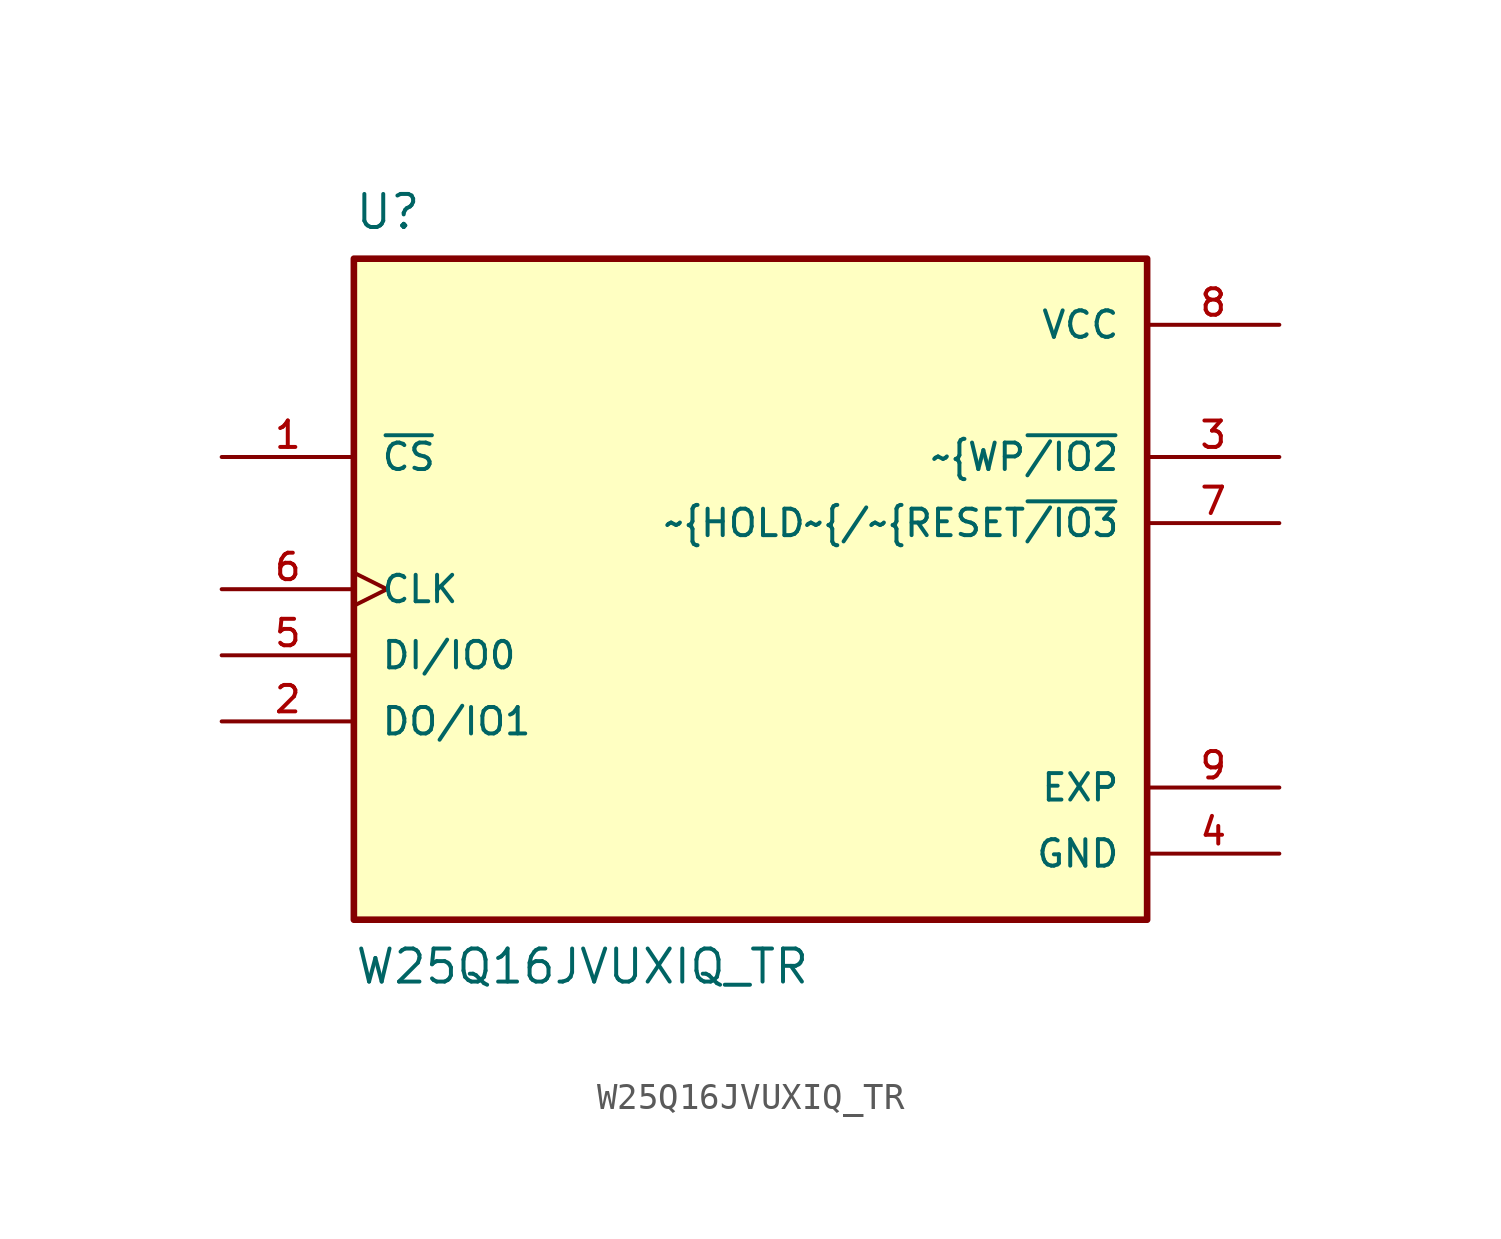
<source format=kicad_sym>
(kicad_symbol_lib
  (version 20211014)
  (generator kicad_symbol_editor)
  (symbol "W25Q16JVUXIQ_TR"
    (pin_names
      (offset 1.016))
    (property "Reference" "U"
      (at -15.24 15.24 0)
      (effects (font (size 1.27 1.27)) (justify top left)))
    (property "Value" "W25Q16JVUXIQ_TR"
      (at -15.24 -15.24 0)
      (effects (font (size 1.27 1.27)) (justify bottom left)))
    (symbol "W25Q16JVUXIQ_TR_0_0"
      (rectangle (start -15.24 -12.7) (end 15.24 12.7) (stroke (width 0.254)) (fill (type background)))
      (pin input line (at -20.32 5.08 0) (length 5.08) (name "~{CS}" (effects (font (size 1.016 1.016)))) (number "1" (effects (font (size 1.016 1.016)))))
      (pin bidirectional line (at -20.32 -5.08 0) (length 5.08) (name "DO/IO1" (effects (font (size 1.016 1.016)))) (number "2" (effects (font (size 1.016 1.016)))))
      (pin bidirectional line (at 20.32 5.08 180.0) (length 5.08) (name "~{WP~{/IO2}" (effects (font (size 1.016 1.016)))) (number "3" (effects (font (size 1.016 1.016)))))
      (pin power_in line (at 20.32 -10.16 180.0) (length 5.08) (name "GND" (effects (font (size 1.016 1.016)))) (number "4" (effects (font (size 1.016 1.016)))))
      (pin bidirectional line (at -20.32 -2.54 0) (length 5.08) (name "DI/IO0" (effects (font (size 1.016 1.016)))) (number "5" (effects (font (size 1.016 1.016)))))
      (pin input clock (at -20.32 0.0 0) (length 5.08) (name "CLK" (effects (font (size 1.016 1.016)))) (number "6" (effects (font (size 1.016 1.016)))))
      (pin bidirectional line (at 20.32 2.54 180.0) (length 5.08) (name "~{HOLD~{/~{RESET~{/IO3}" (effects (font (size 1.016 1.016)))) (number "7" (effects (font (size 1.016 1.016)))))
      (pin power_in line (at 20.32 10.16 180.0) (length 5.08) (name "VCC" (effects (font (size 1.016 1.016)))) (number "8" (effects (font (size 1.016 1.016)))))
      (pin passive line (at 20.32 -7.62 180.0) (length 5.08) (name "EXP" (effects (font (size 1.016 1.016)))) (number "9" (effects (font (size 1.016 1.016))))))))
</source>
